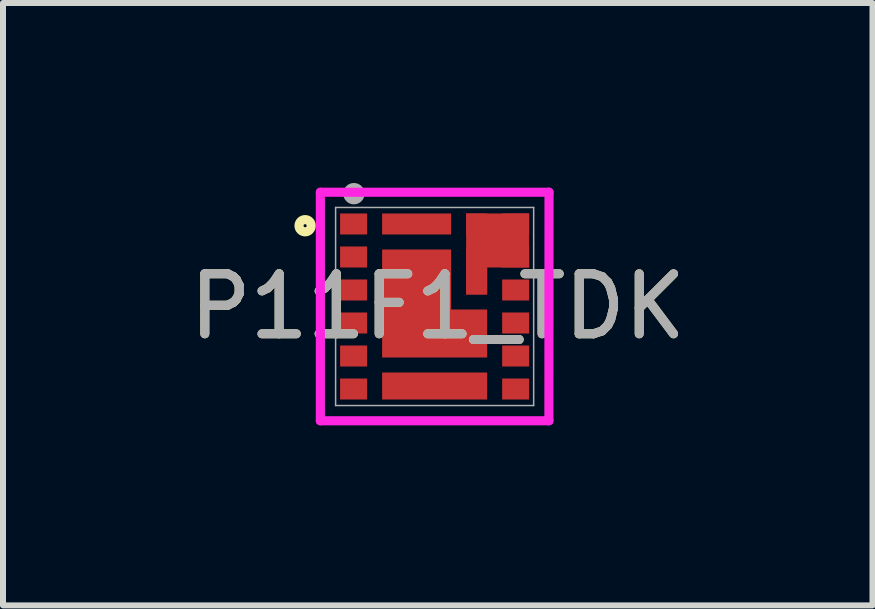
<source format=kicad_pcb>
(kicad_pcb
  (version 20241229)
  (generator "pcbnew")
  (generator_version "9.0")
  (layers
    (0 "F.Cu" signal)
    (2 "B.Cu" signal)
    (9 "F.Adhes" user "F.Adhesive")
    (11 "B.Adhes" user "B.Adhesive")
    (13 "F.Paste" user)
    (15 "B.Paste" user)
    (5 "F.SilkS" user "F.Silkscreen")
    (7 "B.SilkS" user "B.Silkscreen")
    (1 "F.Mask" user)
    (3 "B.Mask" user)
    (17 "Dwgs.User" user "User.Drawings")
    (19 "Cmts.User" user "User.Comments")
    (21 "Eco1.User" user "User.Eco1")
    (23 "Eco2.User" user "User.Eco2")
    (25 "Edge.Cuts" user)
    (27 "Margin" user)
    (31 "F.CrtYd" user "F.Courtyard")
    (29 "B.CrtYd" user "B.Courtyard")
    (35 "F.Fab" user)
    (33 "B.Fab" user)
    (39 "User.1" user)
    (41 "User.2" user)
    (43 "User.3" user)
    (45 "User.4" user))
  (footprint "P11F1_TDK"
    (layer "F.Cu")
    (at 4.192 2.057)
    (property "Reference" "P11F1_TDK" (at 0.052 0 0) (unlocked yes) (layer "F.SilkS") (effects (font (size 1 1) (thickness 0.15))))
    (attr smd)
    (fp_poly (pts (xy -0.875 -0.95) (xy 0.275 -0.95) (xy 0.275 0.05) (xy 0.875 0.05) (xy 0.875 0.85) (xy -0.875 0.85)) (stroke (width 0) (type solid)) (fill yes) (layer "F.Cu"))
    (fp_poly (pts (xy 0.525 -1.55) (xy 1.575 -1.55) (xy 1.575 -0.65) (xy 0.875 -0.65) (xy 0.875 -0.2) (xy 0.525 -0.2)) (stroke (width 0) (type solid)) (fill yes) (layer "F.Cu"))
    (fp_poly (pts (xy -1.65 -1.6) (xy -1.05 -1.6) (xy -1.05 -1.15) (xy -1.65 -1.15)) (stroke (width 0) (type solid)) (fill yes) (layer "F.Mask"))
    (fp_poly (pts (xy -1.65 -1.05) (xy -1.05 -1.05) (xy -1.05 -0.6) (xy -1.65 -0.6)) (stroke (width 0) (type solid)) (fill yes) (layer "F.Mask"))
    (fp_poly (pts (xy -1.65 -0.5) (xy -1.05 -0.5) (xy -1.05 -0.05) (xy -1.65 -0.05)) (stroke (width 0) (type solid)) (fill yes) (layer "F.Mask"))
    (fp_poly (pts (xy -1.65 0.05) (xy -1.05 0.05) (xy -1.05 0.5) (xy -1.65 0.5)) (stroke (width 0) (type solid)) (fill yes) (layer "F.Mask"))
    (fp_poly (pts (xy -1.65 0.6) (xy -1.05 0.6) (xy -1.05 1.05) (xy -1.65 1.05)) (stroke (width 0) (type solid)) (fill yes) (layer "F.Mask"))
    (fp_poly (pts (xy -1.65 1.15) (xy -1.05 1.15) (xy -1.05 1.6) (xy -1.65 1.6)) (stroke (width 0) (type solid)) (fill yes) (layer "F.Mask"))
    (fp_poly (pts (xy -0.95 -1.625) (xy 0.35 -1.625) (xy 0.35 -1.125) (xy -0.95 -1.125)) (stroke (width 0) (type solid)) (fill yes) (layer "F.Mask"))
    (fp_poly (pts (xy -0.95 1.025) (xy -0.95 1.625) (xy 0.95 1.625) (xy 0.95 1.025)) (stroke (width 0) (type solid)) (fill yes) (layer "F.Mask"))
    (fp_poly (pts (xy 1.05 -0.5) (xy 1.65 -0.5) (xy 1.65 -0.05) (xy 1.05 -0.05)) (stroke (width 0) (type solid)) (fill yes) (layer "F.Mask"))
    (fp_poly (pts (xy 1.05 0.05) (xy 1.65 0.05) (xy 1.65 0.5) (xy 1.05 0.5)) (stroke (width 0) (type solid)) (fill yes) (layer "F.Mask"))
    (fp_poly (pts (xy 1.05 0.6) (xy 1.65 0.6) (xy 1.65 1.05) (xy 1.05 1.05)) (stroke (width 0) (type solid)) (fill yes) (layer "F.Mask"))
    (fp_poly (pts (xy 1.05 1.15) (xy 1.65 1.15) (xy 1.65 1.6) (xy 1.05 1.6)) (stroke (width 0) (type solid)) (fill yes) (layer "F.Mask"))
    (fp_poly (pts (xy -0.95 -1.025) (xy -0.95 0.925) (xy 0.95 0.925) (xy 0.95 -0.025) (xy 0.35 -0.025) (xy 0.35 -1.025)) (stroke (width 0) (type solid)) (fill yes) (layer "F.Mask"))
    (fp_poly (pts (xy 0.45 -1.625) (xy 1.65 -1.625) (xy 1.65 -0.6) (xy 0.95 -0.6) (xy 0.95 -0.125) (xy 0.45 -0.125)) (stroke (width 0) (type solid)) (fill yes) (layer "F.Mask"))
    (fp_circle (center -2.158 -1.346) (end -2.056 -1.346) (stroke (width 0.152) (type solid)) (fill no) (layer "F.SilkS"))
    (fp_poly (pts (xy -0.795 1.15) (xy -0.075 1.15) (xy -0.075 1.5) (xy -0.795 1.5)) (stroke (width 0) (type solid)) (fill yes) (layer "F.Paste"))
    (fp_poly (pts (xy -0.76 0.175) (xy -0.11 0.175) (xy -0.11 0.725) (xy -0.76 0.725)) (stroke (width 0) (type solid)) (fill yes) (layer "F.Paste"))
    (fp_poly (pts (xy -0.725 -0.8) (xy 0.125 -0.8) (xy 0.125 -0.15) (xy -0.725 -0.15)) (stroke (width 0) (type solid)) (fill yes) (layer "F.Paste"))
    (fp_poly (pts (xy 0.075 1.15) (xy 0.795 1.15) (xy 0.795 1.5) (xy 0.075 1.5)) (stroke (width 0) (type solid)) (fill yes) (layer "F.Paste"))
    (fp_poly (pts (xy 0.11 0.725) (xy 0.76 0.725) (xy 0.76 0.175) (xy 0.11 0.175)) (stroke (width 0) (type solid)) (fill yes) (layer "F.Paste"))
    (fp_poly (pts (xy 0.85 -1.525) (xy 0.55 -1.525) (xy 0.55 -0.225) (xy 0.85 -0.225)) (stroke (width 0) (type solid)) (fill yes) (layer "F.Paste"))
    (fp_line (start -1.904 -1.904) (end -1.904 1.904) (stroke (width 0.152) (type solid)) (layer "F.CrtYd"))
    (fp_line (start -1.904 1.904) (end 1.904 1.904) (stroke (width 0.152) (type solid)) (layer "F.CrtYd"))
    (fp_line (start 1.904 1.904) (end 1.906 -1.904) (stroke (width 0.152) (type solid)) (layer "F.CrtYd"))
    (fp_line (start 1.906 -1.904) (end -1.904 -1.904) (stroke (width 0.152) (type solid)) (layer "F.CrtYd"))
    (fp_line (start -1.65 -1.65) (end -1.65 1.65) (stroke (width 0.025) (type solid)) (layer "F.Fab"))
    (fp_line (start -1.65 1.65) (end 1.65 1.65) (stroke (width 0.025) (type solid)) (layer "F.Fab"))
    (fp_line (start 1.65 -1.65) (end -1.65 -1.65) (stroke (width 0.025) (type solid)) (layer "F.Fab"))
    (fp_line (start 1.65 1.65) (end 1.65 -1.65) (stroke (width 0.025) (type solid)) (layer "F.Fab"))
    (fp_circle (center -1.345 -1.88) (end -1.243 -1.88) (stroke (width 0.152) (type solid)) (fill no) (layer "F.Fab"))
    (fp_text user "${REFERENCE}" (at 0.052 0 0) (unlocked yes) (layer "F.Fab") (effects (font (size 1 1) (thickness 0.15))))
    (pad "1" smd rect (at -1.35 -1.375) (size 0.45 0.35) (layers "F.Cu" "F.Paste"))
    (pad "2" smd rect (at -1.35 -0.825) (size 0.45 0.35) (layers "F.Cu" "F.Paste"))
    (pad "3" smd rect (at -1.35 -0.275) (size 0.45 0.35) (layers "F.Cu" "F.Paste"))
    (pad "4" smd rect (at -1.35 0.275) (size 0.45 0.35) (layers "F.Cu" "F.Paste"))
    (pad "5" smd rect (at -1.35 0.825) (size 0.45 0.35) (layers "F.Cu" "F.Paste"))
    (pad "6" smd rect (at -1.35 1.375) (size 0.45 0.35) (layers "F.Cu" "F.Paste"))
    (pad "7" smd rect (at 0 1.325) (size 1.75 0.45) (layers "F.Cu"))
    (pad "8" smd rect (at 1.35 1.375) (size 0.45 0.35) (layers "F.Cu" "F.Paste"))
    (pad "9" smd rect (at 1.35 0.825) (size 0.45 0.35) (layers "F.Cu" "F.Paste"))
    (pad "10" smd rect (at 1.35 0.275) (size 0.45 0.35) (layers "F.Cu" "F.Paste"))
    (pad "11" smd rect (at 1.35 -0.275) (size 0.45 0.35) (layers "F.Cu" "F.Paste"))
    (pad "12" smd rect (at 1.35 -0.825) (size 0.45 0.35) (layers "F.Cu" "F.Paste"))
    (pad "13" smd rect (at 1.35 -1.375) (size 0.45 0.35) (layers "F.Cu" "F.Paste"))
    (pad "14" smd rect (at 0.7 -1.375) (size 0.35 0.35) (layers "F.Cu"))
    (pad "15" smd rect (at -0.3 -1.375) (size 1.15 0.35) (layers "F.Cu" "F.Paste"))
    (pad "16" smd rect (at -0.3 -0.475) (size 0.127 0.127) (layers "F.Cu" "F.Mask" "F.Paste"))
    (pad "17" smd rect (at 0.7 -0.594) (size 0.35 0.787) (layers "F.Cu")))
  (gr_rect
    (start -3 -3)
    (end 11.488 7.037)
    (stroke (width 0.1) (type default))
    (fill no)
    (layer "Edge.Cuts")))
</source>
